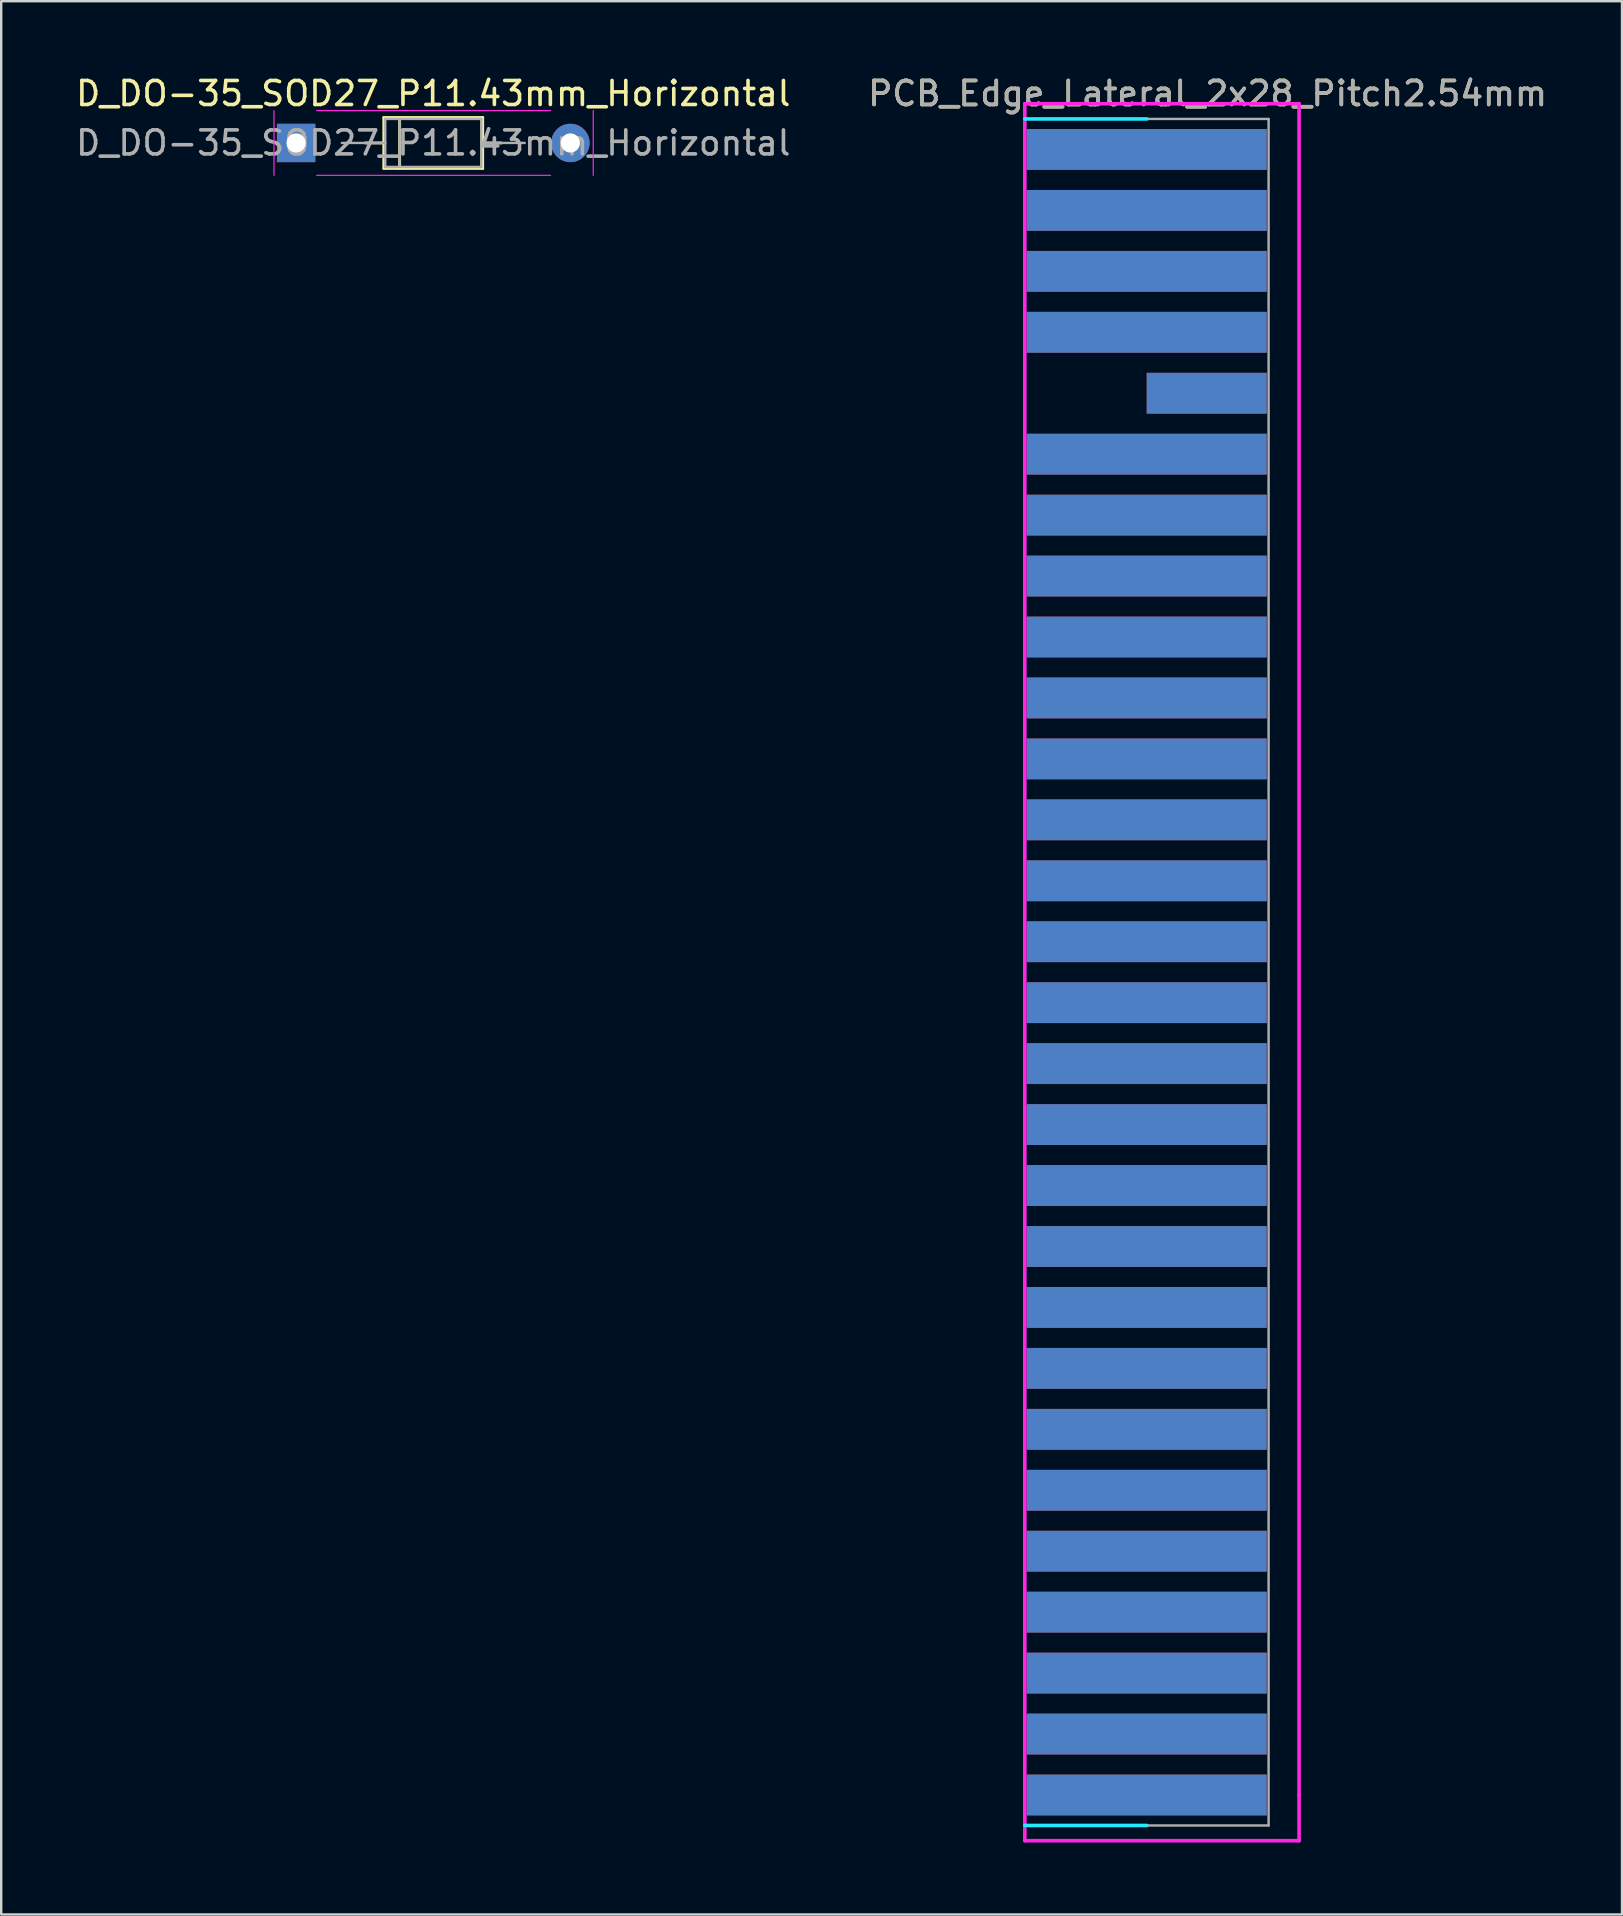
<source format=kicad_pcb>
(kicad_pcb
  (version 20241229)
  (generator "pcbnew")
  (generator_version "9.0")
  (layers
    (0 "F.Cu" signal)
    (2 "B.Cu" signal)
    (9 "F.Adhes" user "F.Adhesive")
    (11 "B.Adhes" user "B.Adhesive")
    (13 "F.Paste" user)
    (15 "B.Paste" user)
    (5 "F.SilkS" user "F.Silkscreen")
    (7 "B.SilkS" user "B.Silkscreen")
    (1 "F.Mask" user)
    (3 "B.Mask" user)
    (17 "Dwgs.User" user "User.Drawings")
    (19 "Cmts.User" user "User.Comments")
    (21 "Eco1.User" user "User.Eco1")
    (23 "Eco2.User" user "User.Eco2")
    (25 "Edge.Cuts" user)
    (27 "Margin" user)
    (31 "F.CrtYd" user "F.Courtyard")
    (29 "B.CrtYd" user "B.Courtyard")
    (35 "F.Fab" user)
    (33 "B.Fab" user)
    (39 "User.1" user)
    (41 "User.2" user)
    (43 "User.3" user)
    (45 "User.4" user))
  (footprint "D_DO-35_SOD27_P11.43mm_Horizontal"
    (layer "F.Cu")
    (at 11.196 2.908)
    (property "Reference" "D_DO-35_SOD27_P11.43mm_Horizontal" (at 3.81 -2.06 0) (layer "F.SilkS") (effects (font (size 1 1) (thickness 0.15))))
    (attr through_hole)
    (fp_line (start 0.98 0) (end 1.75 0) (stroke (width 0.12) (type solid)) (layer "F.SilkS"))
    (fp_line (start 1.75 -1.06) (end 1.75 1.06) (stroke (width 0.12) (type solid)) (layer "F.SilkS"))
    (fp_line (start 1.75 1.06) (end 5.87 1.06) (stroke (width 0.12) (type solid)) (layer "F.SilkS"))
    (fp_line (start 2.41 -1.06) (end 2.41 1.06) (stroke (width 0.12) (type solid)) (layer "F.SilkS"))
    (fp_line (start 5.87 -1.06) (end 1.75 -1.06) (stroke (width 0.12) (type solid)) (layer "F.SilkS"))
    (fp_line (start 5.87 1.06) (end 5.87 -1.06) (stroke (width 0.12) (type solid)) (layer "F.SilkS"))
    (fp_line (start 6.64 0) (end 5.87 0) (stroke (width 0.12) (type solid)) (layer "F.SilkS"))
    (fp_line (start -2.828 -1.35) (end -2.828 1.35) (stroke (width 0.05) (type solid)) (layer "F.CrtYd"))
    (fp_line (start -1.05 1.35) (end 8.7 1.35) (stroke (width 0.05) (type solid)) (layer "F.CrtYd"))
    (fp_line (start 8.7 -1.35) (end -1.05 -1.35) (stroke (width 0.05) (type solid)) (layer "F.CrtYd"))
    (fp_line (start 10.478 1.35) (end 10.478 -1.35) (stroke (width 0.05) (type solid)) (layer "F.CrtYd"))
    (fp_line (start 0 0) (end 1.81 0) (stroke (width 0.1) (type solid)) (layer "F.Fab"))
    (fp_line (start 1.81 -1) (end 1.81 1) (stroke (width 0.1) (type solid)) (layer "F.Fab"))
    (fp_line (start 1.81 1) (end 5.81 1) (stroke (width 0.1) (type solid)) (layer "F.Fab"))
    (fp_line (start 2.41 -1) (end 2.41 1) (stroke (width 0.1) (type solid)) (layer "F.Fab"))
    (fp_line (start 5.81 -1) (end 1.81 -1) (stroke (width 0.1) (type solid)) (layer "F.Fab"))
    (fp_line (start 5.81 1) (end 5.81 -1) (stroke (width 0.1) (type solid)) (layer "F.Fab"))
    (fp_line (start 7.62 0) (end 5.81 0) (stroke (width 0.1) (type solid)) (layer "F.Fab"))
    (fp_text user "${REFERENCE}" (at 3.81 0 0) (layer "F.Fab") (effects (font (size 1 1) (thickness 0.15))))
    (pad "1" thru_hole rect (at -1.905 0) (size 1.6 1.6) (drill 0.8) (layers "*.Cu" "*.Mask"))
    (pad "2" thru_hole oval (at 9.525 0) (size 1.6 1.6) (drill 0.8) (layers "*.Cu" "*.Mask")))
  (footprint "PCB_Edge_Lateral_2x28_Pitch2.54mm"
    (layer "F.Cu")
    (at 48.55 3.178)
    (property "Reference" "PCB_Edge_Lateral_2x28_Pitch2.54mm" (at -1.27 -2.33 0) (layer "F.SilkS") (effects (font (size 1 1) (thickness 0.15))))
    (attr through_hole)
    (fp_line (start -3.81 -1.27) (end -8.89 -1.27) (stroke (width 0.15) (type solid)) (layer "B.CrtYd"))
    (fp_line (start -3.81 69.85) (end -8.89 69.85) (stroke (width 0.15) (type solid)) (layer "B.CrtYd"))
    (fp_line (start -8.89 -1.905) (end -8.89 70.485) (stroke (width 0.15) (type solid)) (layer "F.CrtYd"))
    (fp_line (start -8.89 70.485) (end 2.54 70.485) (stroke (width 0.15) (type solid)) (layer "F.CrtYd"))
    (fp_line (start 2.54 -1.905) (end -8.89 -1.905) (stroke (width 0.15) (type solid)) (layer "F.CrtYd"))
    (fp_line (start 2.54 68.58) (end 2.54 -1.905) (stroke (width 0.15) (type solid)) (layer "F.CrtYd"))
    (fp_line (start 2.54 68.58) (end 2.54 70.485) (stroke (width 0.15) (type solid)) (layer "F.CrtYd"))
    (fp_line (start -8.89 -1.27) (end -8.89 69.85) (stroke (width 0.1) (type solid)) (layer "F.Fab"))
    (fp_line (start -3.81 69.85) (end 1.27 69.85) (stroke (width 0.1) (type solid)) (layer "F.Fab"))
    (fp_line (start 1.27 -1.27) (end -3.81 -1.27) (stroke (width 0.1) (type solid)) (layer "F.Fab"))
    (fp_line (start 1.27 69.85) (end 1.27 -1.27) (stroke (width 0.1) (type solid)) (layer "F.Fab"))
    (fp_text user "${REFERENCE}" (at -1.27 -2.33 0) (layer "F.Fab") (effects (font (size 1 1) (thickness 0.15))))
    (pad "1" connect rect (at -3.81 0) (size 10 1.7) (layers "B.Cu" "B.Mask"))
    (pad "2" connect rect (at -3.81 0) (size 10 1.7) (layers "F.Cu" "F.Mask"))
    (pad "3" connect rect (at -3.81 2.54) (size 10 1.7) (layers "B.Cu" "B.Mask"))
    (pad "4" connect rect (at -3.81 2.54) (size 10 1.7) (layers "F.Cu" "F.Mask"))
    (pad "5" connect rect (at -3.81 5.08) (size 10 1.7) (layers "B.Cu" "B.Mask"))
    (pad "6" connect rect (at -3.81 5.08) (size 10 1.7) (layers "F.Cu" "F.Mask"))
    (pad "7" connect rect (at -3.81 7.62) (size 10 1.7) (layers "B.Cu" "B.Mask"))
    (pad "8" connect rect (at -3.81 7.62) (size 10 1.7) (layers "F.Cu" "F.Mask"))
    (pad "9" connect rect (at -3.81 10.16) (size 5 1.7) (drill (offset 2.5 0)) (layers "B.Cu"))
    (pad "10" connect rect (at -3.81 10.16) (size 5 1.7) (drill (offset 2.5 0)) (layers "F.Cu"))
    (pad "11" connect rect (at -3.81 12.7) (size 10 1.7) (layers "B.Cu" "B.Mask"))
    (pad "12" connect rect (at -3.81 12.7) (size 10 1.7) (layers "F.Cu" "F.Mask"))
    (pad "13" connect rect (at -3.81 15.24) (size 10 1.7) (layers "B.Cu" "B.Mask"))
    (pad "14" connect rect (at -3.81 15.24) (size 10 1.7) (layers "F.Cu" "F.Mask"))
    (pad "15" connect rect (at -3.81 17.78) (size 10 1.7) (layers "B.Cu" "B.Mask"))
    (pad "16" connect rect (at -3.81 17.78) (size 10 1.7) (layers "F.Cu" "F.Mask"))
    (pad "17" connect rect (at -3.81 20.32) (size 10 1.7) (layers "B.Cu" "B.Mask"))
    (pad "18" connect rect (at -3.81 20.32) (size 10 1.7) (layers "F.Cu" "F.Mask"))
    (pad "19" connect rect (at -3.81 22.86) (size 10 1.7) (layers "B.Cu" "B.Mask"))
    (pad "20" connect rect (at -3.81 22.86) (size 10 1.7) (layers "F.Cu" "F.Mask"))
    (pad "21" connect rect (at -3.81 25.4) (size 10 1.7) (layers "B.Cu" "B.Mask"))
    (pad "22" connect rect (at -3.81 25.4) (size 10 1.7) (layers "F.Cu" "F.Mask"))
    (pad "23" connect rect (at -3.81 27.94) (size 10 1.7) (layers "B.Cu" "B.Mask"))
    (pad "24" connect rect (at -3.81 27.94) (size 10 1.7) (layers "F.Cu" "F.Mask"))
    (pad "25" connect rect (at -3.81 30.48) (size 10 1.7) (layers "B.Cu" "B.Mask"))
    (pad "26" connect rect (at -3.81 30.48) (size 10 1.7) (layers "F.Cu" "F.Mask"))
    (pad "27" connect rect (at -3.81 33.02) (size 10 1.7) (layers "B.Cu" "B.Mask"))
    (pad "28" connect rect (at -3.81 33.02) (size 10 1.7) (layers "F.Cu" "F.Mask"))
    (pad "29" connect rect (at -3.81 35.56) (size 10 1.7) (layers "B.Cu" "B.Mask"))
    (pad "30" connect rect (at -3.81 35.56) (size 10 1.7) (layers "F.Cu" "F.Mask"))
    (pad "31" connect rect (at -3.81 38.1) (size 10 1.7) (layers "B.Cu" "B.Mask"))
    (pad "32" connect rect (at -3.81 38.1) (size 10 1.7) (layers "F.Cu" "F.Mask"))
    (pad "33" connect rect (at -3.81 40.64) (size 10 1.7) (layers "B.Cu" "B.Mask"))
    (pad "34" connect rect (at -3.81 40.64) (size 10 1.7) (layers "F.Cu" "F.Mask"))
    (pad "35" connect rect (at -3.81 43.18) (size 10 1.7) (layers "B.Cu" "B.Mask"))
    (pad "36" connect rect (at -3.81 43.18) (size 10 1.7) (layers "F.Cu" "F.Mask"))
    (pad "37" connect rect (at -3.81 45.72) (size 10 1.7) (layers "B.Cu" "B.Mask"))
    (pad "38" connect rect (at -3.81 45.72) (size 10 1.7) (layers "F.Cu" "F.Mask"))
    (pad "39" connect rect (at -3.81 48.26) (size 10 1.7) (layers "B.Cu" "B.Mask"))
    (pad "40" connect rect (at -3.81 48.26) (size 10 1.7) (layers "F.Cu" "F.Mask"))
    (pad "41" connect rect (at -3.81 50.8) (size 10 1.7) (layers "B.Cu" "B.Mask"))
    (pad "42" connect rect (at -3.81 50.8) (size 10 1.7) (layers "F.Cu" "F.Mask"))
    (pad "43" connect rect (at -3.81 53.34) (size 10 1.7) (layers "B.Cu" "B.Mask"))
    (pad "44" connect rect (at -3.81 53.34) (size 10 1.7) (layers "F.Cu" "F.Mask"))
    (pad "45" connect rect (at -3.81 55.88) (size 10 1.7) (layers "B.Cu" "B.Mask"))
    (pad "46" connect rect (at -3.81 55.88) (size 10 1.7) (layers "F.Cu" "F.Mask"))
    (pad "47" connect rect (at -3.81 58.42) (size 10 1.7) (layers "B.Cu" "B.Mask"))
    (pad "48" connect rect (at -3.81 58.42) (size 10 1.7) (layers "F.Cu" "F.Mask"))
    (pad "49" connect rect (at -3.81 60.96) (size 10 1.7) (layers "B.Cu" "B.Mask"))
    (pad "50" connect rect (at -3.81 60.96) (size 10 1.7) (layers "F.Cu" "F.Mask"))
    (pad "51" connect rect (at -3.81 63.5) (size 10 1.7) (layers "B.Cu" "B.Mask"))
    (pad "52" connect rect (at -3.81 63.5) (size 10 1.7) (layers "F.Cu" "F.Mask"))
    (pad "53" connect rect (at -3.81 66.04) (size 10 1.7) (layers "B.Cu" "B.Mask"))
    (pad "54" connect rect (at -3.81 66.04) (size 10 1.7) (layers "F.Cu" "F.Mask"))
    (pad "55" connect rect (at -3.81 68.58) (size 10 1.7) (layers "B.Cu" "B.Mask"))
    (pad "56" connect rect (at -3.81 68.58) (size 10 1.7) (layers "F.Cu" "F.Mask")))
  (gr_rect
    (start -3 -3)
    (end 64.548 76.738)
    (stroke (width 0.1) (type default))
    (fill no)
    (layer "Edge.Cuts")))
</source>
